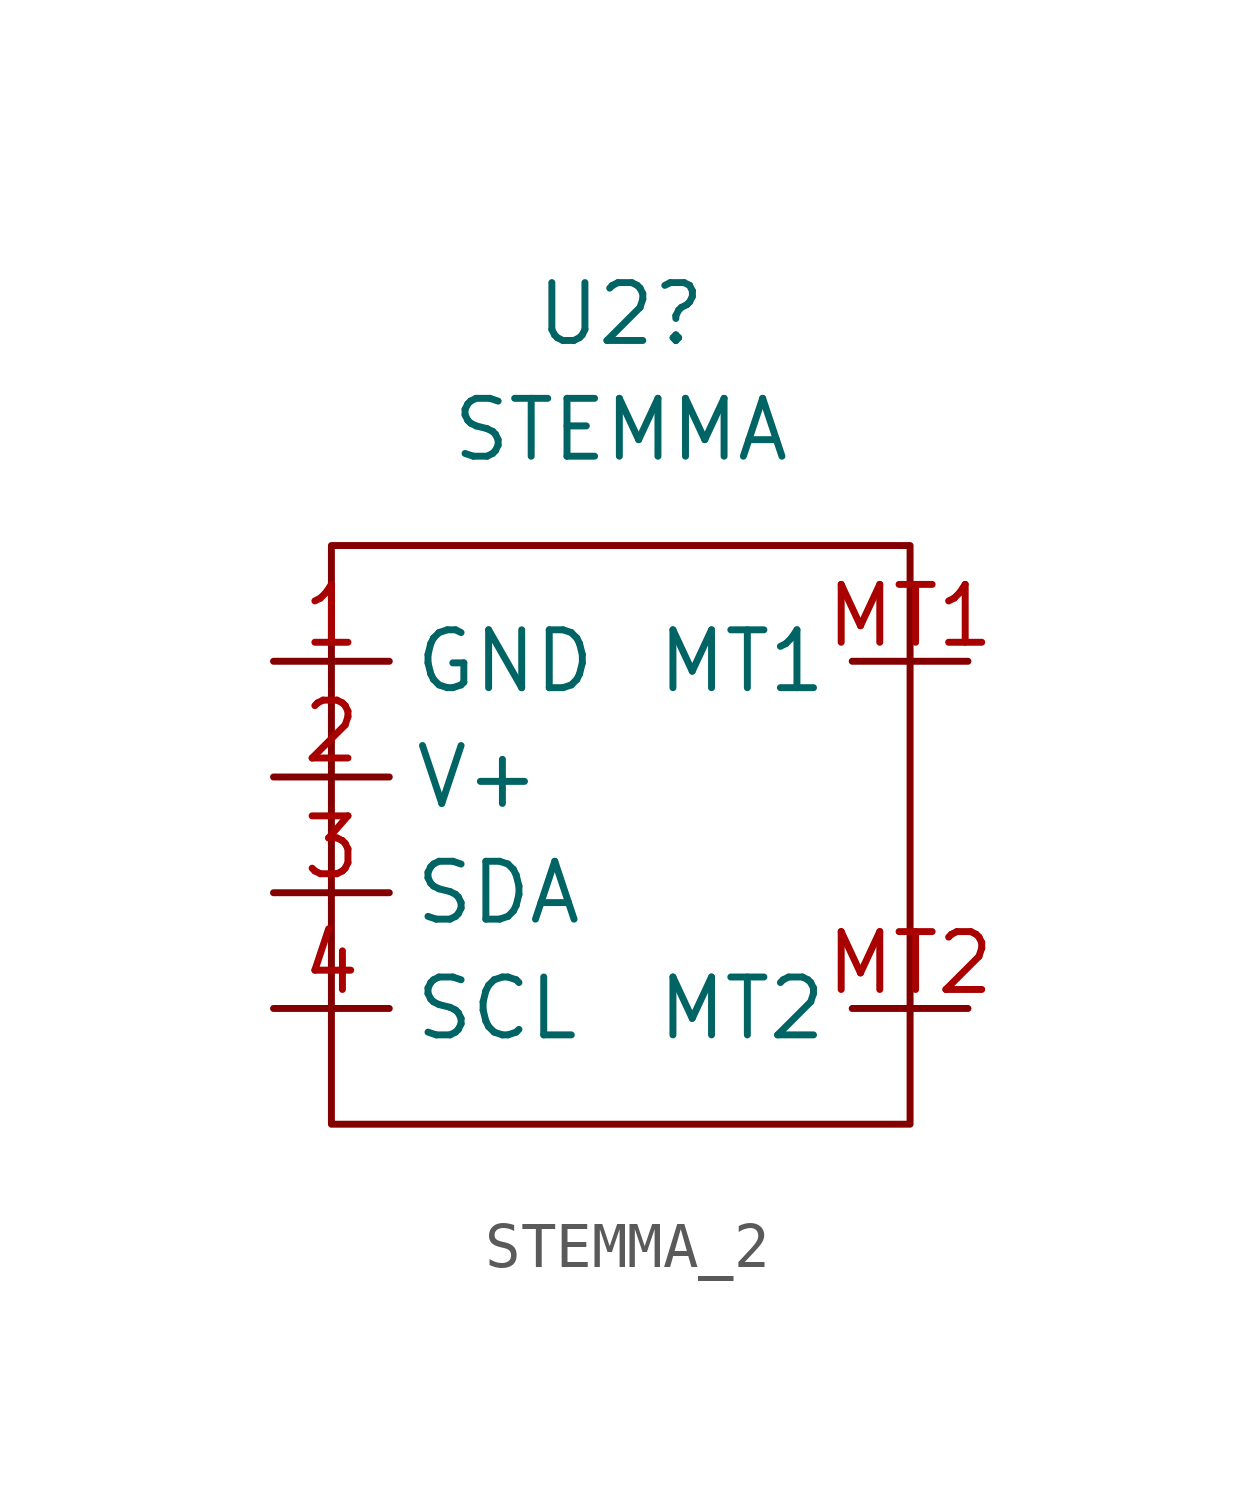
<source format=kicad_sym>
(kicad_symbol_lib
  (version 20220914)
  (generator kicad_symbol_editor)
  (symbol "STEMMA_2"
    (property "Reference" "U2"
      (at 2.54 11.43 0)
      (effects (font (size 1.27 1.27))))
    (property "Value" "STEMMA"
      (at 2.54 8.89 0)
      (effects (font (size 1.27 1.27))))
    (symbol "STEMMA_2_0_1"
      (rectangle (start -3.81 6.35) (end 8.89 -6.35) (stroke (width 0) (type default)) (fill (type none))))
    (symbol "STEMMA_2_1_1"
      (pin input line (at -5.08 3.81 0) (length 2.54) (name "GND" (effects (font (size 1.27 1.27)))) (number "1" (effects (font (size 1.27 1.27)))))
      (pin input line (at -5.08 1.27 0) (length 2.54) (name "V+" (effects (font (size 1.27 1.27)))) (number "2" (effects (font (size 1.27 1.27)))))
      (pin input line (at -5.08 -1.27 0) (length 2.54) (name "SDA" (effects (font (size 1.27 1.27)))) (number "3" (effects (font (size 1.27 1.27)))))
      (pin input line (at -5.08 -3.81 0) (length 2.54) (name "SCL" (effects (font (size 1.27 1.27)))) (number "4" (effects (font (size 1.27 1.27)))))
      (pin input line (at 10.16 3.81 180) (length 2.54) (name "MT1" (effects (font (size 1.27 1.27)))) (number "MT1" (effects (font (size 1.27 1.27)))))
      (pin input line (at 10.16 -3.81 180) (length 2.54) (name "MT2" (effects (font (size 1.27 1.27)))) (number "MT2" (effects (font (size 1.27 1.27))))))))
</source>
